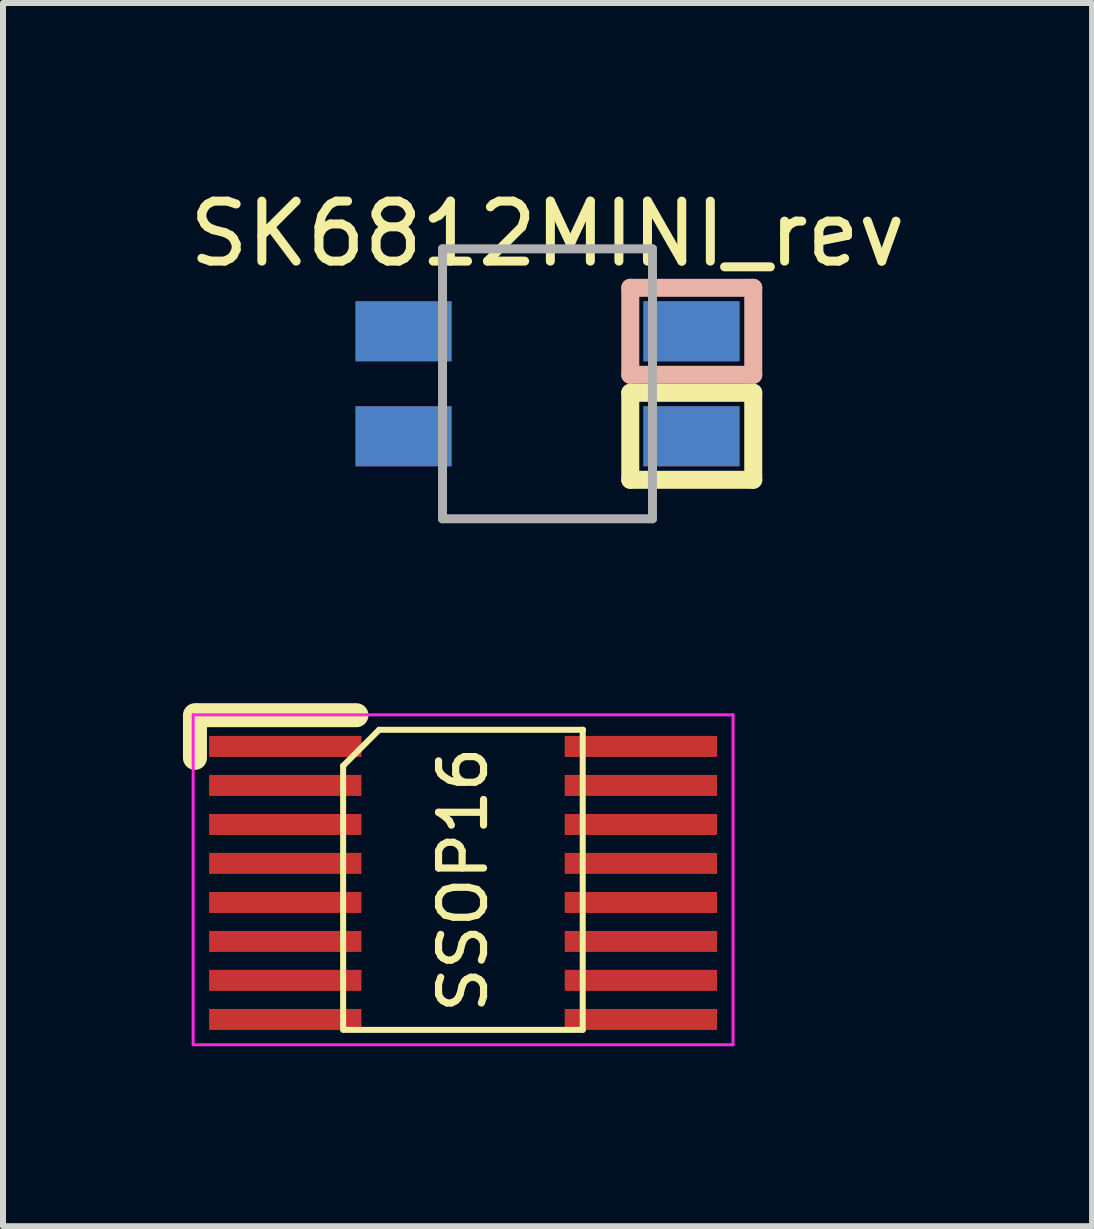
<source format=kicad_pcb>
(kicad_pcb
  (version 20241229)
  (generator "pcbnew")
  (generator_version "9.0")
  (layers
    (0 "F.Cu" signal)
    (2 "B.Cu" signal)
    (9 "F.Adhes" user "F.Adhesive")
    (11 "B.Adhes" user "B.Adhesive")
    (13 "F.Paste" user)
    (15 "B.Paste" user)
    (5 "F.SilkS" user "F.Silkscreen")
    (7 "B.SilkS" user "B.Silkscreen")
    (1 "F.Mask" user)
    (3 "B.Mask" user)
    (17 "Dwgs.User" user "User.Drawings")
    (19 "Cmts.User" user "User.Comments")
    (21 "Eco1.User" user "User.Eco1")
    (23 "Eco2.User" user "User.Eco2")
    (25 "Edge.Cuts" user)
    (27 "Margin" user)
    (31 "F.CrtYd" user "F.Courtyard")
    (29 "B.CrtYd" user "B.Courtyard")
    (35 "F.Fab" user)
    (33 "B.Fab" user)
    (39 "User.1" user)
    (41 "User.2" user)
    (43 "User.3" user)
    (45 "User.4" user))
  (footprint "SK6812MINI_rev"
    (layer "F.Cu")
    (at 6.077 3.348)
    (property "Reference" "SK6812MINI_rev" (at 0 -2.5 0) (layer "F.SilkS") (effects (font (size 1 1) (thickness 0.15))))
    (attr through_hole)
    (fp_line (start 1.38 0.15) (end 3.43 0.15) (stroke (width 0.3) (type solid)) (layer "F.SilkS"))
    (fp_line (start 1.38 1.6) (end 1.38 0.15) (stroke (width 0.3) (type solid)) (layer "F.SilkS"))
    (fp_line (start 3.43 0.15) (end 3.43 1.6) (stroke (width 0.3) (type solid)) (layer "F.SilkS"))
    (fp_line (start 3.43 1.6) (end 1.38 1.6) (stroke (width 0.3) (type solid)) (layer "F.SilkS"))
    (fp_line (start 1.38 -1.6) (end 3.43 -1.6) (stroke (width 0.3) (type solid)) (layer "B.SilkS"))
    (fp_line (start 1.38 -0.15) (end 1.38 -1.6) (stroke (width 0.3) (type solid)) (layer "B.SilkS"))
    (fp_line (start 3.43 -1.6) (end 3.43 -0.15) (stroke (width 0.3) (type solid)) (layer "B.SilkS"))
    (fp_line (start 3.43 -0.15) (end 1.38 -0.15) (stroke (width 0.3) (type solid)) (layer "B.SilkS"))
    (fp_line (start -1.75 -2.25) (end -1.75 2.25) (stroke (width 0.15) (type solid)) (layer "F.Fab"))
    (fp_line (start -1.75 -2.25) (end 1.75 -2.25) (stroke (width 0.15) (type solid)) (layer "F.Fab"))
    (fp_line (start 1.75 -2.25) (end 1.75 2.25) (stroke (width 0.15) (type solid)) (layer "F.Fab"))
    (fp_line (start 1.75 2.25) (end -1.75 2.25) (stroke (width 0.15) (type solid)) (layer "F.Fab"))
    (pad "1" smd rect (at -2.4 -0.875) (size 1.6 1) (layers "B.Cu" "B.Mask" "B.Paste"))
    (pad "1" smd rect (at -2.4 0.875) (size 1.6 1) (layers "F.Cu" "F.Mask" "F.Paste"))
    (pad "2" smd rect (at -2.4 -0.875) (size 1.6 1) (layers "F.Cu" "F.Mask" "F.Paste"))
    (pad "2" smd rect (at -2.4 0.875) (size 1.6 1) (layers "B.Cu" "B.Mask" "B.Paste"))
    (pad "3" smd rect (at 2.4 -0.875) (size 1.6 1) (layers "F.Cu" "F.Mask" "F.Paste"))
    (pad "3" smd rect (at 2.4 0.875) (size 1.6 1) (layers "B.Cu" "B.Mask" "B.Paste"))
    (pad "4" smd rect (at 2.4 -0.875) (size 1.6 1) (layers "B.Cu" "B.Mask" "B.Paste"))
    (pad "4" smd rect (at 2.4 0.875) (size 1.6 1) (layers "F.Cu" "F.Mask" "F.Paste")))
  (footprint "SSOP16"
    (layer "F.Cu")
    (at 4.67 11.616)
    (property "Reference" "SSOP16" (at 0 0 90) (layer "F.SilkS") (effects (font (size 0.75 0.75) (thickness 0.12))))
    (attr smd)
    (fp_line (start -4.47 -2.743) (end -4.47 -2.032) (stroke (width 0.4) (type solid)) (layer "F.SilkS"))
    (fp_line (start -2 -1.9) (end -2 2.5) (stroke (width 0.1) (type solid)) (layer "F.SilkS"))
    (fp_line (start -2 -1.9) (end -1.4 -2.5) (stroke (width 0.1) (type solid)) (layer "F.SilkS"))
    (fp_line (start -1.994 2.502) (end 1.994 2.502) (stroke (width 0.1) (type solid)) (layer "F.SilkS"))
    (fp_line (start -1.778 -2.743) (end -4.42 -2.743) (stroke (width 0.4) (type solid)) (layer "F.SilkS"))
    (fp_line (start -1.4 -2.5) (end 2 -2.5) (stroke (width 0.1) (type solid)) (layer "F.SilkS"))
    (fp_line (start 1.994 2.502) (end 1.994 -2.502) (stroke (width 0.1) (type solid)) (layer "F.SilkS"))
    (fp_line (start -4.5 -2.75) (end -4.5 2.75) (stroke (width 0.05) (type solid)) (layer "F.CrtYd"))
    (fp_line (start -4.5 -2.75) (end 4.5 -2.75) (stroke (width 0.05) (type solid)) (layer "F.CrtYd"))
    (fp_line (start -4.5 2.75) (end 4.5 2.75) (stroke (width 0.05) (type solid)) (layer "F.CrtYd"))
    (fp_line (start 4.5 2.75) (end 4.5 -2.75) (stroke (width 0.05) (type solid)) (layer "F.CrtYd"))
    (pad "1" smd rect (at -2.964 -2.223) (size 2.54 0.35) (layers "F.Cu" "F.Mask" "F.Paste"))
    (pad "2" smd rect (at -2.964 -1.573) (size 2.54 0.35) (layers "F.Cu" "F.Mask" "F.Paste"))
    (pad "3" smd rect (at -2.964 -0.922) (size 2.54 0.35) (layers "F.Cu" "F.Mask" "F.Paste"))
    (pad "4" smd rect (at -2.964 -0.273) (size 2.54 0.35) (layers "F.Cu" "F.Mask" "F.Paste"))
    (pad "5" smd rect (at -2.964 0.378) (size 2.54 0.35) (layers "F.Cu" "F.Mask" "F.Paste"))
    (pad "6" smd rect (at -2.964 1.028) (size 2.54 0.35) (layers "F.Cu" "F.Mask" "F.Paste"))
    (pad "7" smd rect (at -2.964 1.677) (size 2.54 0.35) (layers "F.Cu" "F.Mask" "F.Paste"))
    (pad "8" smd rect (at -2.964 2.328) (size 2.54 0.35) (layers "F.Cu" "F.Mask" "F.Paste"))
    (pad "9" smd rect (at 2.964 2.328) (size 2.54 0.35) (layers "F.Cu" "F.Mask" "F.Paste"))
    (pad "10" smd rect (at 2.964 1.677) (size 2.54 0.35) (layers "F.Cu" "F.Mask" "F.Paste"))
    (pad "11" smd rect (at 2.964 1.028) (size 2.54 0.35) (layers "F.Cu" "F.Mask" "F.Paste"))
    (pad "12" smd rect (at 2.964 0.378) (size 2.54 0.35) (layers "F.Cu" "F.Mask" "F.Paste"))
    (pad "13" smd rect (at 2.964 -0.273) (size 2.54 0.35) (layers "F.Cu" "F.Mask" "F.Paste"))
    (pad "14" smd rect (at 2.964 -0.922) (size 2.54 0.35) (layers "F.Cu" "F.Mask" "F.Paste"))
    (pad "15" smd rect (at 2.964 -1.573) (size 2.54 0.35) (layers "F.Cu" "F.Mask" "F.Paste"))
    (pad "16" smd rect (at 2.964 -2.223) (size 2.54 0.35) (layers "F.Cu" "F.Mask" "F.Paste")))
  (gr_rect
    (start -3 -3)
    (end 15.155 17.391)
    (stroke (width 0.1) (type default))
    (fill no)
    (layer "Edge.Cuts")))
</source>
